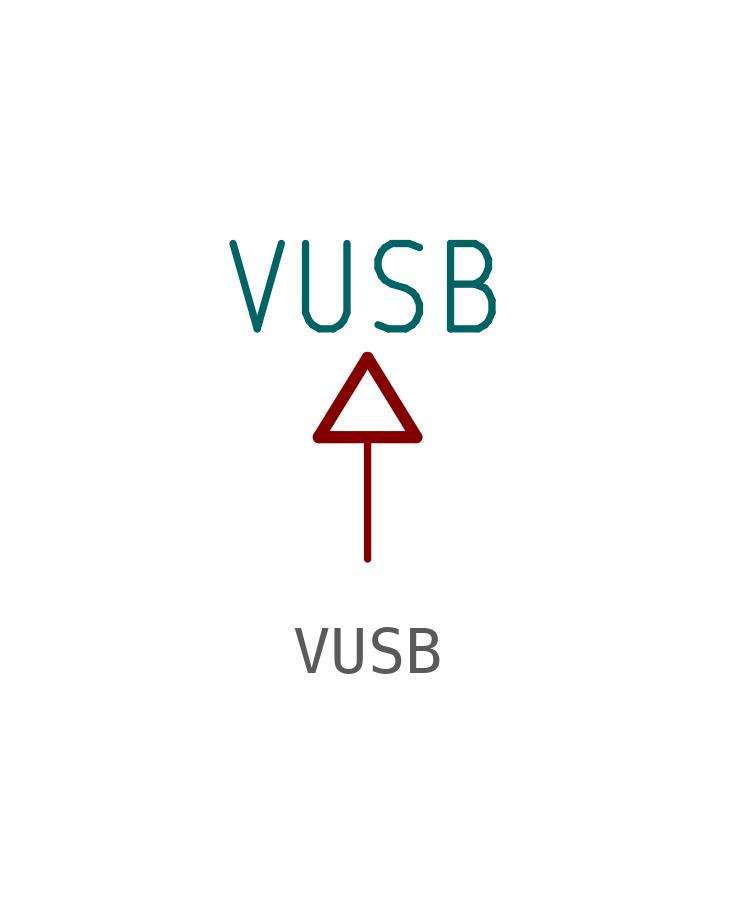
<source format=kicad_sym>
(kicad_symbol_lib
  (version 20211014)
  (generator kicad_symbol_editor)
  (symbol "VUSB"
    (power)
    (property "Reference" "#PWR"
      (at 0 0 0)
      (effects (font (size 1.27 1.27)) hide))
    (property "Value" "VUSB"
      (at -3.048 2.032 0)
      (effects (font (size 1.778 1.511)) (justify left bottom)))
    (symbol "VUSB_1_0"
      (polyline (pts (xy -1.016 0) (xy 1.016 0)) (stroke (width 0.254) (type default) (color 0 0 0 0)) (fill (type none)))
      (polyline (pts (xy 0 1.651) (xy -1.016 0)) (stroke (width 0.254) (type default) (color 0 0 0 0)) (fill (type none)))
      (polyline (pts (xy 1.016 0) (xy 0 1.651)) (stroke (width 0.254) (type default) (color 0 0 0 0)) (fill (type none)))
      (pin power_in line (at 0 -2.54 90) (length 2.54) (name "VUSB" (effects (font (size 0 0)))) (number "1" (effects (font (size 0 0))))))))
</source>
